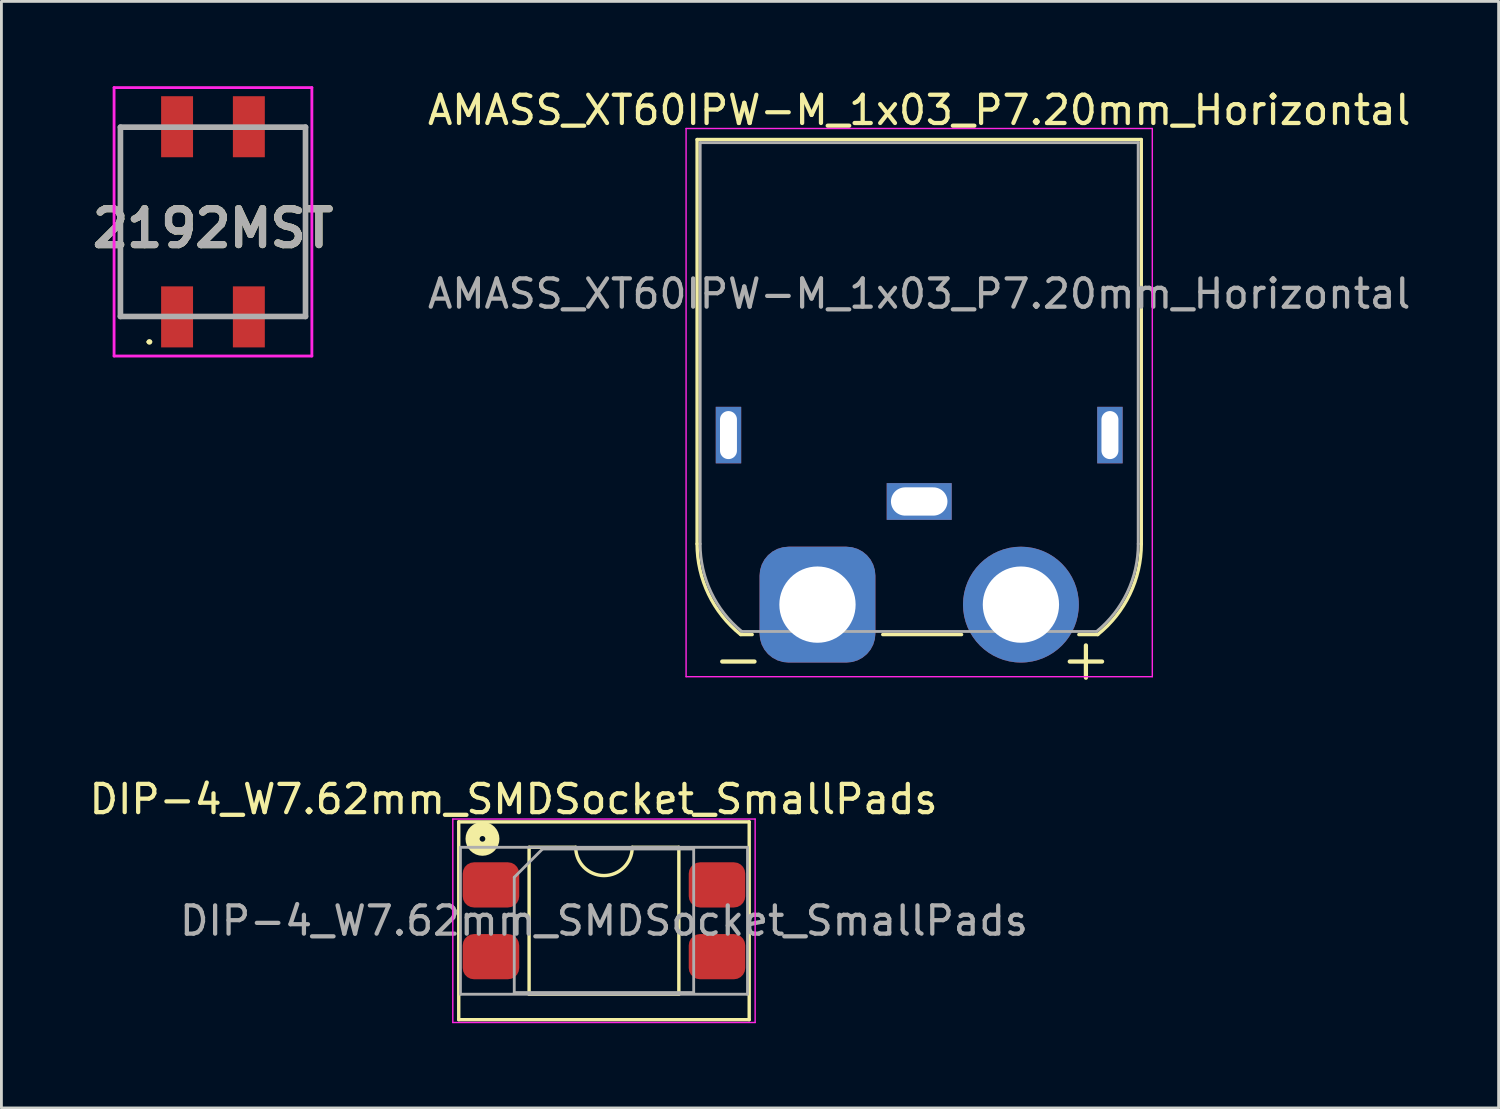
<source format=kicad_pcb>
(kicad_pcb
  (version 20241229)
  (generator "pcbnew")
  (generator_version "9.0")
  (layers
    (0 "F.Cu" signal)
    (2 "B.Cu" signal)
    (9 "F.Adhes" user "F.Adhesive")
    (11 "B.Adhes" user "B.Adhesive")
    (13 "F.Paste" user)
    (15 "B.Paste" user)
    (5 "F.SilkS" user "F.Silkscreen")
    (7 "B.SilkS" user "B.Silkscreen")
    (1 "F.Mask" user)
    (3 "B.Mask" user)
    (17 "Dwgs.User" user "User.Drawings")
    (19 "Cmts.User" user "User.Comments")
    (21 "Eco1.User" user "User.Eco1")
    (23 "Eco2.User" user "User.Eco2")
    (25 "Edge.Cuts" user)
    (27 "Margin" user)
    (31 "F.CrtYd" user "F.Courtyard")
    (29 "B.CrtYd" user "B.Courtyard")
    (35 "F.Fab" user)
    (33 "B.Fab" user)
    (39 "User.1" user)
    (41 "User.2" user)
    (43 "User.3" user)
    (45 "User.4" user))
  (footprint "2192MST"
    (layer "F.Cu")
    (at 4.487 4.8)
    (property "Reference" "2192MST" (at 0 0.232 0) (layer "F.SilkS") (effects (font (size 1.27 1.27) (thickness 0.254))))
    (attr smd)
    (fp_line (start -3.275 -3.365) (end -3.275 3.35) (stroke (width 0.1) (type solid)) (layer "F.SilkS"))
    (fp_line (start -3.275 3.35) (end -2.7 3.365) (stroke (width 0.1) (type solid)) (layer "F.SilkS"))
    (fp_line (start -2.7 -3.365) (end -3.275 -3.365) (stroke (width 0.1) (type solid)) (layer "F.SilkS"))
    (fp_line (start -2.3 4.25) (end -2.3 4.25) (stroke (width 0.1) (type solid)) (layer "F.SilkS"))
    (fp_line (start -2.2 4.25) (end -2.2 4.25) (stroke (width 0.1) (type solid)) (layer "F.SilkS"))
    (fp_line (start -0.5 -3.35) (end 0.5 -3.365) (stroke (width 0.1) (type solid)) (layer "F.SilkS"))
    (fp_line (start -0.5 3.365) (end 0.5 3.35) (stroke (width 0.1) (type solid)) (layer "F.SilkS"))
    (fp_line (start 2.7 -3.365) (end 3.275 -3.365) (stroke (width 0.1) (type solid)) (layer "F.SilkS"))
    (fp_line (start 3.275 -3.365) (end 3.275 3.365) (stroke (width 0.1) (type solid)) (layer "F.SilkS"))
    (fp_line (start 3.275 3.365) (end 2.7 3.35) (stroke (width 0.1) (type solid)) (layer "F.SilkS"))
    (fp_arc (start -2.3 4.25) (mid -2.25 4.2) (end -2.2 4.25) (stroke (width 0.1) (type solid)) (layer "F.SilkS"))
    (fp_arc (start -2.2 4.25) (mid -2.25 4.3) (end -2.3 4.25) (stroke (width 0.1) (type solid)) (layer "F.SilkS"))
    (fp_line (start -3.5 -4.75) (end 3.5 -4.75) (stroke (width 0.1) (type solid)) (layer "F.CrtYd"))
    (fp_line (start -3.5 4.75) (end -3.5 -4.75) (stroke (width 0.1) (type solid)) (layer "F.CrtYd"))
    (fp_line (start 3.5 -4.75) (end 3.5 4.75) (stroke (width 0.1) (type solid)) (layer "F.CrtYd"))
    (fp_line (start 3.5 4.75) (end -3.5 4.75) (stroke (width 0.1) (type solid)) (layer "F.CrtYd"))
    (fp_line (start -3.275 -3.35) (end 3.275 -3.35) (stroke (width 0.2) (type solid)) (layer "F.Fab"))
    (fp_line (start -3.275 3.35) (end -3.275 -3.35) (stroke (width 0.2) (type solid)) (layer "F.Fab"))
    (fp_line (start 3.275 -3.35) (end 3.275 3.35) (stroke (width 0.2) (type solid)) (layer "F.Fab"))
    (fp_line (start 3.275 3.35) (end -3.275 3.35) (stroke (width 0.2) (type solid)) (layer "F.Fab"))
    (fp_text user "${REFERENCE}" (at 0 0.232 0) (layer "F.Fab") (effects (font (size 1.27 1.27) (thickness 0.254))))
    (pad "1" smd rect (at -1.27 3.365) (size 1.13 2.16) (layers "F.Cu" "F.Mask" "F.Paste"))
    (pad "2" smd rect (at 1.27 3.365) (size 1.13 2.16) (layers "F.Cu" "F.Mask" "F.Paste"))
    (pad "3" smd rect (at 1.27 -3.365) (size 1.13 2.16) (layers "F.Cu" "F.Mask" "F.Paste"))
    (pad "4" smd rect (at -1.27 -3.365) (size 1.13 2.16) (layers "F.Cu" "F.Mask" "F.Paste")))
  (footprint "AMASS_XT60IPW-M_1x03_P7.20mm_Horizontal"
    (layer "F.Cu")
    (at 25.881 18.348)
    (property "Reference" "AMASS_XT60IPW-M_1x03_P7.20mm_Horizontal" (at 3.6 -17.5 0) (layer "F.SilkS") (effects (font (size 1 1) (thickness 0.15))))
    (attr through_hole)
    (fp_line (start -4.26 -16.46) (end -4.26 -2.15) (stroke (width 0.12) (type solid)) (layer "F.SilkS"))
    (fp_line (start -4.26 -16.46) (end 11.46 -16.46) (stroke (width 0.12) (type solid)) (layer "F.SilkS"))
    (fp_line (start -2.71 1.06) (end -2.31 1.06) (stroke (width 0.12) (type solid)) (layer "F.SilkS"))
    (fp_line (start 2.31 1.06) (end 5.1 1.06) (stroke (width 0.12) (type solid)) (layer "F.SilkS"))
    (fp_line (start 9.25 1.06) (end 9.92 1.06) (stroke (width 0.12) (type solid)) (layer "F.SilkS"))
    (fp_line (start 11.46 -16.46) (end 11.46 -2.15) (stroke (width 0.12) (type solid)) (layer "F.SilkS"))
    (fp_arc (start -2.718715 1.058395) (mid -3.854694 -0.370298) (end -4.26 -2.15) (stroke (width 0.12) (type solid)) (layer "F.SilkS"))
    (fp_arc (start 11.46 -2.15) (mid 11.05498 -0.370894) (end 9.919747 1.057569) (stroke (width 0.12) (type solid)) (layer "F.SilkS"))
    (fp_line (start -4.65 -16.85) (end -4.65 2.55) (stroke (width 0.05) (type solid)) (layer "F.CrtYd"))
    (fp_line (start -4.65 -16.85) (end 11.85 -16.85) (stroke (width 0.05) (type solid)) (layer "F.CrtYd"))
    (fp_line (start 11.85 -16.85) (end 11.85 2.55) (stroke (width 0.05) (type solid)) (layer "F.CrtYd"))
    (fp_line (start 11.85 2.55) (end -4.65 2.55) (stroke (width 0.05) (type solid)) (layer "F.CrtYd"))
    (fp_line (start -4.15 -16.35) (end -4.15 -2.15) (stroke (width 0.1) (type solid)) (layer "F.Fab"))
    (fp_line (start -4.15 -16.35) (end 11.35 -16.35) (stroke (width 0.1) (type solid)) (layer "F.Fab"))
    (fp_line (start -2.67 0.95) (end 9.88 0.95) (stroke (width 0.1) (type solid)) (layer "F.Fab"))
    (fp_line (start 11.35 -16.35) (end 11.35 -2.15) (stroke (width 0.1) (type solid)) (layer "F.Fab"))
    (fp_arc (start -2.678117 0.949778) (mid -3.763341 -0.434259) (end -4.15 -2.15) (stroke (width 0.1) (type solid)) (layer "F.Fab"))
    (fp_arc (start 11.35 -2.15) (mid 10.963341 -0.434259) (end 9.878117 0.949778) (stroke (width 0.1) (type solid)) (layer "F.Fab"))
    (fp_text user "+" (at 9.5 1.9 0) (layer "F.SilkS") (effects (font (size 1.5 1.5) (thickness 0.15))))
    (fp_text user "-" (at -2.8 1.9 0) (layer "F.SilkS") (effects (font (size 1.5 1.5) (thickness 0.15))))
    (fp_text user "${REFERENCE}" (at 3.6 -11 0) (layer "F.Fab") (effects (font (size 1 1) (thickness 0.15))))
    (pad "" thru_hole rect (at -3.15 -6) (size 0.9 2) (drill oval 0.6 1.7) (layers "*.Cu" "*.Mask"))
    (pad "" thru_hole rect (at 10.35 -6) (size 0.9 2) (drill oval 0.6 1.7) (layers "*.Cu" "*.Mask"))
    (pad "1" thru_hole roundrect (at 0 0) (size 4.1 4.1) (drill 2.7) (layers "*.Cu" "*.Mask") (roundrect_rratio 0.25))
    (pad "2" thru_hole circle (at 7.2 0) (size 4.1 4.1) (drill 2.7) (layers "*.Cu" "*.Mask"))
    (pad "3" thru_hole rect (at 3.6 -3.65) (size 2.3 1.3) (drill oval 2 1) (layers "*.Cu" "*.Mask")))
  (footprint "DIP-4_W7.62mm_SMDSocket_SmallPads"
    (layer "F.Cu")
    (at 18.325 29.537)
    (property "Reference" "DIP-4_W7.62mm_SMDSocket_SmallPads" (at -3.2 -4.3 0) (layer "F.SilkS") (effects (font (size 1 1) (thickness 0.15))))
    (attr smd)
    (fp_line (start -5.14 -3.5) (end -5.14 3.5) (stroke (width 0.12) (type solid)) (layer "F.SilkS"))
    (fp_line (start -5.14 3.5) (end 5.14 3.5) (stroke (width 0.12) (type solid)) (layer "F.SilkS"))
    (fp_line (start -2.65 -2.6) (end -2.65 2.6) (stroke (width 0.12) (type solid)) (layer "F.SilkS"))
    (fp_line (start -2.65 2.6) (end 2.65 2.6) (stroke (width 0.12) (type solid)) (layer "F.SilkS"))
    (fp_line (start -1 -2.6) (end -2.65 -2.6) (stroke (width 0.12) (type solid)) (layer "F.SilkS"))
    (fp_line (start 2.65 -2.6) (end 1 -2.6) (stroke (width 0.12) (type solid)) (layer "F.SilkS"))
    (fp_line (start 2.65 2.6) (end 2.65 -2.6) (stroke (width 0.12) (type solid)) (layer "F.SilkS"))
    (fp_line (start 5.14 -3.5) (end -5.14 -3.5) (stroke (width 0.12) (type solid)) (layer "F.SilkS"))
    (fp_line (start 5.14 3.5) (end 5.14 -3.5) (stroke (width 0.12) (type solid)) (layer "F.SilkS"))
    (fp_arc (start 1 -2.6) (mid 0 -1.6) (end -1 -2.6) (stroke (width 0.12) (type solid)) (layer "F.SilkS"))
    (fp_circle (center -4.3 -2.9) (end -4.2 -2.9) (stroke (width 0.5) (type solid)) (fill no) (layer "F.SilkS"))
    (fp_line (start -5.35 -3.6) (end -5.35 3.6) (stroke (width 0.05) (type solid)) (layer "F.CrtYd"))
    (fp_line (start -5.35 3.6) (end 5.35 3.6) (stroke (width 0.05) (type solid)) (layer "F.CrtYd"))
    (fp_line (start 5.35 -3.6) (end -5.35 -3.6) (stroke (width 0.05) (type solid)) (layer "F.CrtYd"))
    (fp_line (start 5.35 3.6) (end 5.35 -3.6) (stroke (width 0.05) (type solid)) (layer "F.CrtYd"))
    (fp_line (start -5.08 -2.6) (end -5.08 2.6) (stroke (width 0.1) (type solid)) (layer "F.Fab"))
    (fp_line (start -5.08 2.6) (end 5.08 2.6) (stroke (width 0.1) (type solid)) (layer "F.Fab"))
    (fp_line (start -3.175 -1.54) (end -2.175 -2.54) (stroke (width 0.1) (type solid)) (layer "F.Fab"))
    (fp_line (start -3.175 2.54) (end -3.175 -1.54) (stroke (width 0.1) (type solid)) (layer "F.Fab"))
    (fp_line (start -2.175 -2.54) (end 3.175 -2.54) (stroke (width 0.1) (type solid)) (layer "F.Fab"))
    (fp_line (start 3.175 -2.54) (end 3.175 2.54) (stroke (width 0.1) (type solid)) (layer "F.Fab"))
    (fp_line (start 3.175 2.54) (end -3.175 2.54) (stroke (width 0.1) (type solid)) (layer "F.Fab"))
    (fp_line (start 5.08 -2.6) (end -5.08 -2.6) (stroke (width 0.1) (type solid)) (layer "F.Fab"))
    (fp_line (start 5.08 2.6) (end 5.08 -2.6) (stroke (width 0.1) (type solid)) (layer "F.Fab"))
    (fp_text user "${REFERENCE}" (at 0 0 0) (layer "F.Fab") (effects (font (size 1 1) (thickness 0.15))))
    (pad "1" smd roundrect (at -4 -1.27) (size 2 1.6) (layers "F.Cu" "F.Mask" "F.Paste") (roundrect_rratio 0.25))
    (pad "2" smd roundrect (at -4 1.27) (size 2 1.6) (layers "F.Cu" "F.Mask" "F.Paste") (roundrect_rratio 0.25))
    (pad "3" smd roundrect (at 4 1.27) (size 2 1.6) (layers "F.Cu" "F.Mask" "F.Paste") (roundrect_rratio 0.25))
    (pad "4" smd roundrect (at 4 -1.27) (size 2 1.6) (layers "F.Cu" "F.Mask" "F.Paste") (roundrect_rratio 0.25)))
  (gr_rect
    (start -3 -3)
    (end 49.987 36.162)
    (stroke (width 0.1) (type default))
    (fill no)
    (layer "Edge.Cuts")))
</source>
